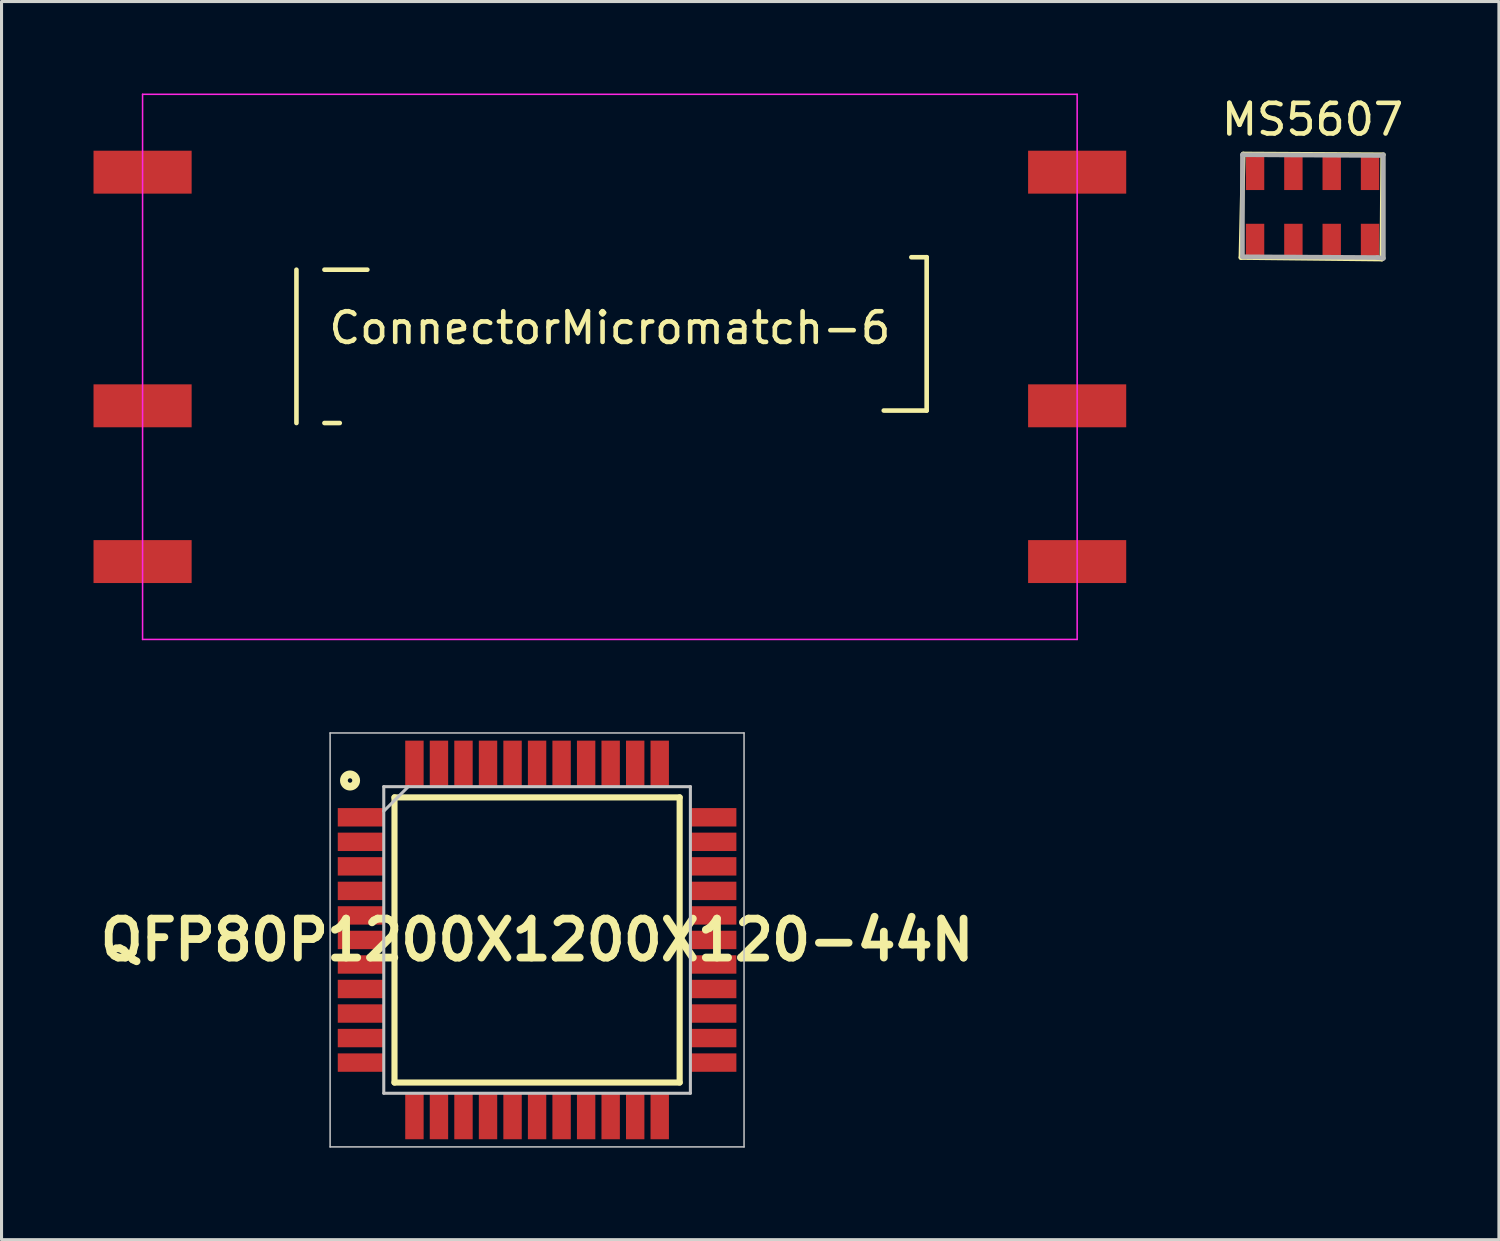
<source format=kicad_pcb>
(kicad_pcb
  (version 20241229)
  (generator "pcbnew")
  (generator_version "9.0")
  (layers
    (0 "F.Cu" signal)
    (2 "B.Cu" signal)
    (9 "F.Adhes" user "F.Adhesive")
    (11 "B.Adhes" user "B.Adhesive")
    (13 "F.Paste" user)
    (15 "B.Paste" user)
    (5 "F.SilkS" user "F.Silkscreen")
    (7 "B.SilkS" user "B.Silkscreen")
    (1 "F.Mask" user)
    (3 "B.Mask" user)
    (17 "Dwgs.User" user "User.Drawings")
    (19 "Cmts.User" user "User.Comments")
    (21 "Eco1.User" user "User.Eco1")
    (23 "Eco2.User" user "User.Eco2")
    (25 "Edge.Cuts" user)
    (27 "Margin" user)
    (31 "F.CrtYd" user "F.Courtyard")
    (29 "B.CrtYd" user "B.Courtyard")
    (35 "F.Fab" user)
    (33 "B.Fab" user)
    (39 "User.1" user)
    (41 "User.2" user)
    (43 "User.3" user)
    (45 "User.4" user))
  (footprint "ConnectorMicromatch-6"
    (layer "F.Cu")
    (at 16.84 12.725)
    (property "Reference" "ConnectorMicromatch-6" (at 0 -5.08 0) (layer "F.SilkS") (effects (font (size 1 1) (thickness 0.15))))
    (attr smd)
    (fp_line (start -10.222 -6.979) (end -10.222 -1.979) (stroke (width 0.15) (type solid)) (layer "F.SilkS"))
    (fp_line (start -9.309 -1.979) (end -8.809 -1.979) (stroke (width 0.15) (type solid)) (layer "F.SilkS"))
    (fp_line (start -7.909 -6.979) (end -9.309 -6.979) (stroke (width 0.15) (type solid)) (layer "F.SilkS"))
    (fp_line (start 9.832 -7.386) (end 10.332 -7.386) (stroke (width 0.15) (type solid)) (layer "F.SilkS"))
    (fp_line (start 10.332 -7.386) (end 10.332 -2.386) (stroke (width 0.15) (type solid)) (layer "F.SilkS"))
    (fp_line (start 10.332 -2.386) (end 8.932 -2.386) (stroke (width 0.15) (type solid)) (layer "F.SilkS"))
    (fp_line (start -15.24 -12.7) (end -15.24 5.08) (stroke (width 0.05) (type solid)) (layer "F.CrtYd"))
    (fp_line (start -15.24 5.08) (end 15.24 5.08) (stroke (width 0.05) (type solid)) (layer "F.CrtYd"))
    (fp_line (start 15.24 -12.7) (end -15.24 -12.7) (stroke (width 0.05) (type solid)) (layer "F.CrtYd"))
    (fp_line (start 15.24 -12.7) (end 15.24 5.08) (stroke (width 0.05) (type solid)) (layer "F.CrtYd"))
    (pad "1" smd rect (at -15.24 -10.16 90) (size 1.4 3.2) (layers "F.Cu" "F.Mask" "F.Paste"))
    (pad "2" smd rect (at 15.24 -10.16 90) (size 1.4 3.2) (layers "F.Cu" "F.Mask" "F.Paste"))
    (pad "3" smd rect (at -15.24 -2.54 90) (size 1.4 3.2) (layers "F.Cu" "F.Mask" "F.Paste"))
    (pad "4" smd rect (at 15.24 -2.54 90) (size 1.4 3.2) (layers "F.Cu" "F.Mask" "F.Paste"))
    (pad "5" smd rect (at -15.24 2.54 90) (size 1.4 3.2) (layers "F.Cu" "F.Mask" "F.Paste"))
    (pad "6" smd rect (at 15.24 2.54 90) (size 1.4 3.2) (layers "F.Cu" "F.Mask" "F.Paste")))
  (footprint "QFP80P1200X1200X120-44N"
    (layer "F.Cu")
    (at 14.466 27.605)
    (property "Reference" "QFP80P1200X1200X120-44N" (at 0 0 0) (layer "F.SilkS") (effects (font (size 1.27 1.27) (thickness 0.254))))
    (attr smd)
    (fp_line (start -4.65 -4.65) (end 4.65 -4.65) (stroke (width 0.2) (type solid)) (layer "F.SilkS"))
    (fp_line (start -4.65 4.65) (end -4.65 -4.65) (stroke (width 0.2) (type solid)) (layer "F.SilkS"))
    (fp_line (start 4.65 -4.65) (end 4.65 4.65) (stroke (width 0.2) (type solid)) (layer "F.SilkS"))
    (fp_line (start 4.65 4.65) (end -4.65 4.65) (stroke (width 0.2) (type solid)) (layer "F.SilkS"))
    (fp_circle (center -6.1 -5.2) (end -6.3 -5.2) (stroke (width 0.254) (type solid)) (fill no) (layer "F.SilkS"))
    (fp_line (start -6.75 -6.75) (end 6.75 -6.75) (stroke (width 0.05) (type solid)) (layer "Dwgs.User"))
    (fp_line (start -6.75 6.75) (end -6.75 -6.75) (stroke (width 0.05) (type solid)) (layer "Dwgs.User"))
    (fp_line (start -5 -5) (end 5 -5) (stroke (width 0.1) (type solid)) (layer "Dwgs.User"))
    (fp_line (start -5 -4.2) (end -4.2 -5) (stroke (width 0.1) (type solid)) (layer "Dwgs.User"))
    (fp_line (start -5 5) (end -5 -5) (stroke (width 0.1) (type solid)) (layer "Dwgs.User"))
    (fp_line (start 5 -5) (end 5 5) (stroke (width 0.1) (type solid)) (layer "Dwgs.User"))
    (fp_line (start 5 5) (end -5 5) (stroke (width 0.1) (type solid)) (layer "Dwgs.User"))
    (fp_line (start 6.75 -6.75) (end 6.75 6.75) (stroke (width 0.05) (type solid)) (layer "Dwgs.User"))
    (fp_line (start 6.75 6.75) (end -6.75 6.75) (stroke (width 0.05) (type solid)) (layer "Dwgs.User"))
    (pad "1" smd rect (at -5.75 -4 90) (size 0.6 1.5) (layers "F.Cu" "F.Mask" "F.Paste"))
    (pad "2" smd rect (at -5.75 -3.2 90) (size 0.6 1.5) (layers "F.Cu" "F.Mask" "F.Paste"))
    (pad "3" smd rect (at -5.75 -2.4 90) (size 0.6 1.5) (layers "F.Cu" "F.Mask" "F.Paste"))
    (pad "4" smd rect (at -5.75 -1.6 90) (size 0.6 1.5) (layers "F.Cu" "F.Mask" "F.Paste"))
    (pad "5" smd rect (at -5.75 -0.8 90) (size 0.6 1.5) (layers "F.Cu" "F.Mask" "F.Paste"))
    (pad "6" smd rect (at -5.75 0 90) (size 0.6 1.5) (layers "F.Cu" "F.Mask" "F.Paste"))
    (pad "7" smd rect (at -5.75 0.8 90) (size 0.6 1.5) (layers "F.Cu" "F.Mask" "F.Paste"))
    (pad "8" smd rect (at -5.75 1.6 90) (size 0.6 1.5) (layers "F.Cu" "F.Mask" "F.Paste"))
    (pad "9" smd rect (at -5.75 2.4 90) (size 0.6 1.5) (layers "F.Cu" "F.Mask" "F.Paste"))
    (pad "10" smd rect (at -5.75 3.2 90) (size 0.6 1.5) (layers "F.Cu" "F.Mask" "F.Paste"))
    (pad "11" smd rect (at -5.75 4 90) (size 0.6 1.5) (layers "F.Cu" "F.Mask" "F.Paste"))
    (pad "12" smd rect (at -4 5.75) (size 0.6 1.5) (layers "F.Cu" "F.Mask" "F.Paste"))
    (pad "13" smd rect (at -3.2 5.75) (size 0.6 1.5) (layers "F.Cu" "F.Mask" "F.Paste"))
    (pad "14" smd rect (at -2.4 5.75) (size 0.6 1.5) (layers "F.Cu" "F.Mask" "F.Paste"))
    (pad "15" smd rect (at -1.6 5.75) (size 0.6 1.5) (layers "F.Cu" "F.Mask" "F.Paste"))
    (pad "16" smd rect (at -0.8 5.75) (size 0.6 1.5) (layers "F.Cu" "F.Mask" "F.Paste"))
    (pad "17" smd rect (at 0 5.75) (size 0.6 1.5) (layers "F.Cu" "F.Mask" "F.Paste"))
    (pad "18" smd rect (at 0.8 5.75) (size 0.6 1.5) (layers "F.Cu" "F.Mask" "F.Paste"))
    (pad "19" smd rect (at 1.6 5.75) (size 0.6 1.5) (layers "F.Cu" "F.Mask" "F.Paste"))
    (pad "20" smd rect (at 2.4 5.75) (size 0.6 1.5) (layers "F.Cu" "F.Mask" "F.Paste"))
    (pad "21" smd rect (at 3.2 5.75) (size 0.6 1.5) (layers "F.Cu" "F.Mask" "F.Paste"))
    (pad "22" smd rect (at 4 5.75) (size 0.6 1.5) (layers "F.Cu" "F.Mask" "F.Paste"))
    (pad "23" smd rect (at 5.75 4 90) (size 0.6 1.5) (layers "F.Cu" "F.Mask" "F.Paste"))
    (pad "24" smd rect (at 5.75 3.2 90) (size 0.6 1.5) (layers "F.Cu" "F.Mask" "F.Paste"))
    (pad "25" smd rect (at 5.75 2.4 90) (size 0.6 1.5) (layers "F.Cu" "F.Mask" "F.Paste"))
    (pad "26" smd rect (at 5.75 1.6 90) (size 0.6 1.5) (layers "F.Cu" "F.Mask" "F.Paste"))
    (pad "27" smd rect (at 5.75 0.8 90) (size 0.6 1.5) (layers "F.Cu" "F.Mask" "F.Paste"))
    (pad "28" smd rect (at 5.75 0 90) (size 0.6 1.5) (layers "F.Cu" "F.Mask" "F.Paste"))
    (pad "29" smd rect (at 5.75 -0.8 90) (size 0.6 1.5) (layers "F.Cu" "F.Mask" "F.Paste"))
    (pad "30" smd rect (at 5.75 -1.6 90) (size 0.6 1.5) (layers "F.Cu" "F.Mask" "F.Paste"))
    (pad "31" smd rect (at 5.75 -2.4 90) (size 0.6 1.5) (layers "F.Cu" "F.Mask" "F.Paste"))
    (pad "32" smd rect (at 5.75 -3.2 90) (size 0.6 1.5) (layers "F.Cu" "F.Mask" "F.Paste"))
    (pad "33" smd rect (at 5.75 -4 90) (size 0.6 1.5) (layers "F.Cu" "F.Mask" "F.Paste"))
    (pad "34" smd rect (at 4 -5.75) (size 0.6 1.5) (layers "F.Cu" "F.Mask" "F.Paste"))
    (pad "35" smd rect (at 3.2 -5.75) (size 0.6 1.5) (layers "F.Cu" "F.Mask" "F.Paste"))
    (pad "36" smd rect (at 2.4 -5.75) (size 0.6 1.5) (layers "F.Cu" "F.Mask" "F.Paste"))
    (pad "37" smd rect (at 1.6 -5.75) (size 0.6 1.5) (layers "F.Cu" "F.Mask" "F.Paste"))
    (pad "38" smd rect (at 0.8 -5.75) (size 0.6 1.5) (layers "F.Cu" "F.Mask" "F.Paste"))
    (pad "39" smd rect (at 0 -5.75) (size 0.6 1.5) (layers "F.Cu" "F.Mask" "F.Paste"))
    (pad "40" smd rect (at -0.8 -5.75) (size 0.6 1.5) (layers "F.Cu" "F.Mask" "F.Paste"))
    (pad "41" smd rect (at -1.6 -5.75) (size 0.6 1.5) (layers "F.Cu" "F.Mask" "F.Paste"))
    (pad "42" smd rect (at -2.4 -5.75) (size 0.6 1.5) (layers "F.Cu" "F.Mask" "F.Paste"))
    (pad "43" smd rect (at -3.2 -5.75) (size 0.6 1.5) (layers "F.Cu" "F.Mask" "F.Paste"))
    (pad "44" smd rect (at -4 -5.75) (size 0.6 1.5) (layers "F.Cu" "F.Mask" "F.Paste")))
  (footprint "MS5607"
    (layer "F.Cu")
    (at 39.757 3.698)
    (property "Reference" "MS5607" (at 0 -2.85 0) (layer "F.SilkS") (effects (font (size 1 1) (thickness 0.15))))
    (attr smd)
    (fp_line (start -2.337 1.651) (end -2.261 -1.727) (stroke (width 0.15) (type solid)) (layer "F.SilkS"))
    (fp_line (start -2.261 -1.727) (end 2.311 -1.702) (stroke (width 0.15) (type solid)) (layer "F.SilkS"))
    (fp_line (start 2.261 1.702) (end -2.337 1.651) (stroke (width 0.15) (type solid)) (layer "F.SilkS"))
    (fp_line (start 2.286 -1.651) (end 2.261 1.702) (stroke (width 0.15) (type solid)) (layer "F.SilkS"))
    (fp_line (start -2.286 -1.702) (end 2.261 -1.676) (stroke (width 0.15) (type solid)) (layer "F.Fab"))
    (fp_line (start -2.286 1.626) (end -2.286 -1.702) (stroke (width 0.15) (type solid)) (layer "F.Fab"))
    (fp_line (start 2.134 1.651) (end -2.286 1.626) (stroke (width 0.15) (type solid)) (layer "F.Fab"))
    (fp_line (start 2.311 -1.702) (end 2.311 1.676) (stroke (width 0.15) (type solid)) (layer "F.Fab"))
    (fp_line (start 2.311 1.676) (end 2.108 1.651) (stroke (width 0.15) (type solid)) (layer "F.Fab"))
    (pad "1" smd rect (at -1.875 -1.1) (size 0.6 1.1) (layers "F.Cu" "F.Mask" "F.Paste"))
    (pad "2" smd rect (at -1.875 1.1) (size 0.6 1.1) (layers "F.Cu" "F.Mask" "F.Paste"))
    (pad "3" smd rect (at -0.625 -1.1) (size 0.6 1.1) (layers "F.Cu" "F.Mask" "F.Paste"))
    (pad "4" smd rect (at -0.625 1.1) (size 0.6 1.1) (layers "F.Cu" "F.Mask" "F.Paste"))
    (pad "5" smd rect (at 0.625 -1.1) (size 0.6 1.1) (layers "F.Cu" "F.Mask" "F.Paste"))
    (pad "6" smd rect (at 0.625 1.1) (size 0.6 1.1) (layers "F.Cu" "F.Mask" "F.Paste"))
    (pad "7" smd rect (at 1.875 -1.1) (size 0.6 1.1) (layers "F.Cu" "F.Mask" "F.Paste"))
    (pad "8" smd rect (at 1.875 1.1) (size 0.6 1.1) (layers "F.Cu" "F.Mask" "F.Paste")))
  (gr_rect
    (start -3 -3)
    (end 45.835 37.38)
    (stroke (width 0.1) (type default))
    (fill no)
    (layer "Edge.Cuts")))
</source>
